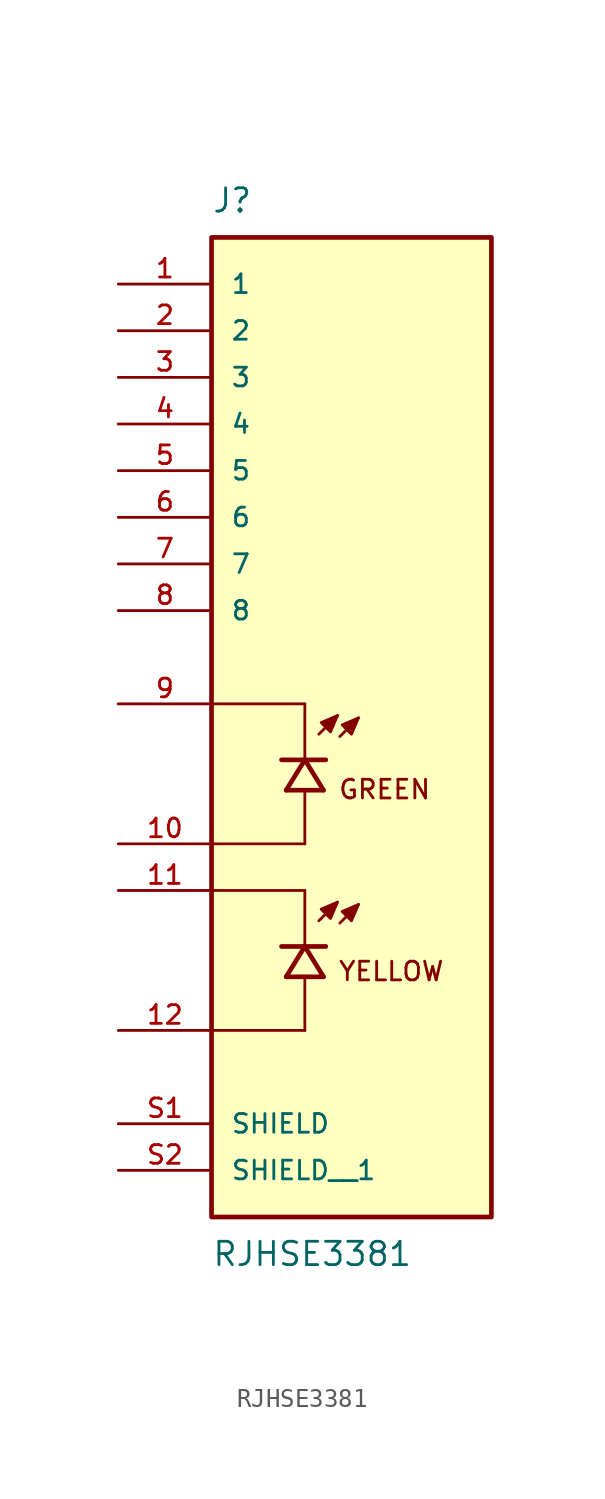
<source format=kicad_sym>
(kicad_symbol_lib
  (version 20211014)
  (generator kicad_symbol_editor)
  (symbol "RJHSE3381"
    (pin_names
      (offset 1.016))
    (property "Reference" "J"
      (at -7.62 26.67 0)
      (effects (font (size 1.27 1.27)) (justify bottom left)))
    (property "Value" "RJHSE3381"
      (at -7.62 -29.21 0)
      (effects (font (size 1.27 1.27)) (justify top left)))
    (symbol "RJHSE3381_0_0"
      (polyline (pts (xy -1.778 -1.651) (xy -0.762 -0.635)) (stroke (width 0.152)))
      (polyline (pts (xy -0.635 -1.778) (xy 0.381 -0.762)) (stroke (width 0.152)))
      (polyline (pts (xy -0.762 -0.635) (xy -1.651 -1.016) (xy -1.143 -1.524) (xy -0.762 -0.635)) (stroke (width 0.152)) (fill (type outline)))
      (polyline (pts (xy 0.381 -0.762) (xy -0.508 -1.143) (xy 0.0 -1.651) (xy 0.381 -0.762)) (stroke (width 0.152)) (fill (type outline)))
      (text "YELLOW" (at -0.762 -13.97 0) (effects (font (size 1.016 1.016)) (justify top left)))
      (polyline (pts (xy -1.524 -4.699) (xy -2.54 -3.048)) (stroke (width 0.254)))
      (polyline (pts (xy -2.54 -3.048) (xy -3.556 -4.699)) (stroke (width 0.254)))
      (polyline (pts (xy -1.397 -3.048) (xy -2.54 -3.048)) (stroke (width 0.254)))
      (polyline (pts (xy -2.54 -3.048) (xy -3.81 -3.048)) (stroke (width 0.254)))
      (polyline (pts (xy -1.524 -4.699) (xy -3.556 -4.699)) (stroke (width 0.254)))
      (polyline (pts (xy -2.54 -7.62) (xy -2.54 -4.826)) (stroke (width 0.152)))
      (polyline (pts (xy -2.54 -2.921) (xy -2.54 0.0)) (stroke (width 0.152)))
      (polyline (pts (xy -2.54 0.0) (xy -7.62 0.0)) (stroke (width 0.152)))
      (polyline (pts (xy -2.54 -7.62) (xy -7.62 -7.62)) (stroke (width 0.152)))
      (polyline (pts (xy -1.778 -11.811) (xy -0.762 -10.795)) (stroke (width 0.152)))
      (polyline (pts (xy -0.635 -11.938) (xy 0.381 -10.922)) (stroke (width 0.152)))
      (polyline (pts (xy -0.762 -10.795) (xy -1.651 -11.176) (xy -1.143 -11.684) (xy -0.762 -10.795)) (stroke (width 0.152)) (fill (type outline)))
      (polyline (pts (xy 0.381 -10.922) (xy -0.508 -11.303) (xy 0.0 -11.811) (xy 0.381 -10.922)) (stroke (width 0.152)) (fill (type outline)))
      (polyline (pts (xy -1.524 -14.859) (xy -2.54 -13.208)) (stroke (width 0.254)))
      (polyline (pts (xy -2.54 -13.208) (xy -3.556 -14.859)) (stroke (width 0.254)))
      (polyline (pts (xy -1.397 -13.208) (xy -2.54 -13.208)) (stroke (width 0.254)))
      (polyline (pts (xy -2.54 -13.208) (xy -3.81 -13.208)) (stroke (width 0.254)))
      (polyline (pts (xy -1.524 -14.859) (xy -3.556 -14.859)) (stroke (width 0.254)))
      (polyline (pts (xy -2.54 -17.78) (xy -2.54 -14.986)) (stroke (width 0.152)))
      (polyline (pts (xy -2.54 -13.081) (xy -2.54 -10.16)) (stroke (width 0.152)))
      (polyline (pts (xy -2.54 -10.16) (xy -7.62 -10.16)) (stroke (width 0.152)))
      (polyline (pts (xy -2.54 -17.78) (xy -7.62 -17.78)) (stroke (width 0.152)))
      (text "GREEN" (at -0.762 -4.064 0) (effects (font (size 1.016 1.016)) (justify top left)))
      (rectangle (start -7.62 -27.94) (end 7.62 25.4) (stroke (width 0.254)) (fill (type background)))
      (pin passive line (at -12.7 22.86 0) (length 5.08) (name "1" (effects (font (size 1.016 1.016)))) (number "1" (effects (font (size 1.016 1.016)))))
      (pin passive line (at -12.7 20.32 0) (length 5.08) (name "2" (effects (font (size 1.016 1.016)))) (number "2" (effects (font (size 1.016 1.016)))))
      (pin passive line (at -12.7 17.78 0) (length 5.08) (name "3" (effects (font (size 1.016 1.016)))) (number "3" (effects (font (size 1.016 1.016)))))
      (pin passive line (at -12.7 15.24 0) (length 5.08) (name "4" (effects (font (size 1.016 1.016)))) (number "4" (effects (font (size 1.016 1.016)))))
      (pin passive line (at -12.7 12.7 0) (length 5.08) (name "5" (effects (font (size 1.016 1.016)))) (number "5" (effects (font (size 1.016 1.016)))))
      (pin passive line (at -12.7 10.16 0) (length 5.08) (name "6" (effects (font (size 1.016 1.016)))) (number "6" (effects (font (size 1.016 1.016)))))
      (pin passive line (at -12.7 7.62 0) (length 5.08) (name "7" (effects (font (size 1.016 1.016)))) (number "7" (effects (font (size 1.016 1.016)))))
      (pin passive line (at -12.7 5.08 0) (length 5.08) (name "8" (effects (font (size 1.016 1.016)))) (number "8" (effects (font (size 1.016 1.016)))))
      (pin passive line (at -12.7 -7.62 0) (length 5.08) (name "~" (effects (font (size 1.016 1.016)))) (number "10" (effects (font (size 1.016 1.016)))))
      (pin passive line (at -12.7 0.0 0) (length 5.08) (name "~" (effects (font (size 1.016 1.016)))) (number "9" (effects (font (size 1.016 1.016)))))
      (pin passive line (at -12.7 -17.78 0) (length 5.08) (name "~" (effects (font (size 1.016 1.016)))) (number "12" (effects (font (size 1.016 1.016)))))
      (pin passive line (at -12.7 -10.16 0) (length 5.08) (name "~" (effects (font (size 1.016 1.016)))) (number "11" (effects (font (size 1.016 1.016)))))
      (pin passive line (at -12.7 -22.86 0) (length 5.08) (name "SHIELD" (effects (font (size 1.016 1.016)))) (number "S1" (effects (font (size 1.016 1.016)))))
      (pin passive line (at -12.7 -25.4 0) (length 5.08) (name "SHIELD__1" (effects (font (size 1.016 1.016)))) (number "S2" (effects (font (size 1.016 1.016))))))))
</source>
